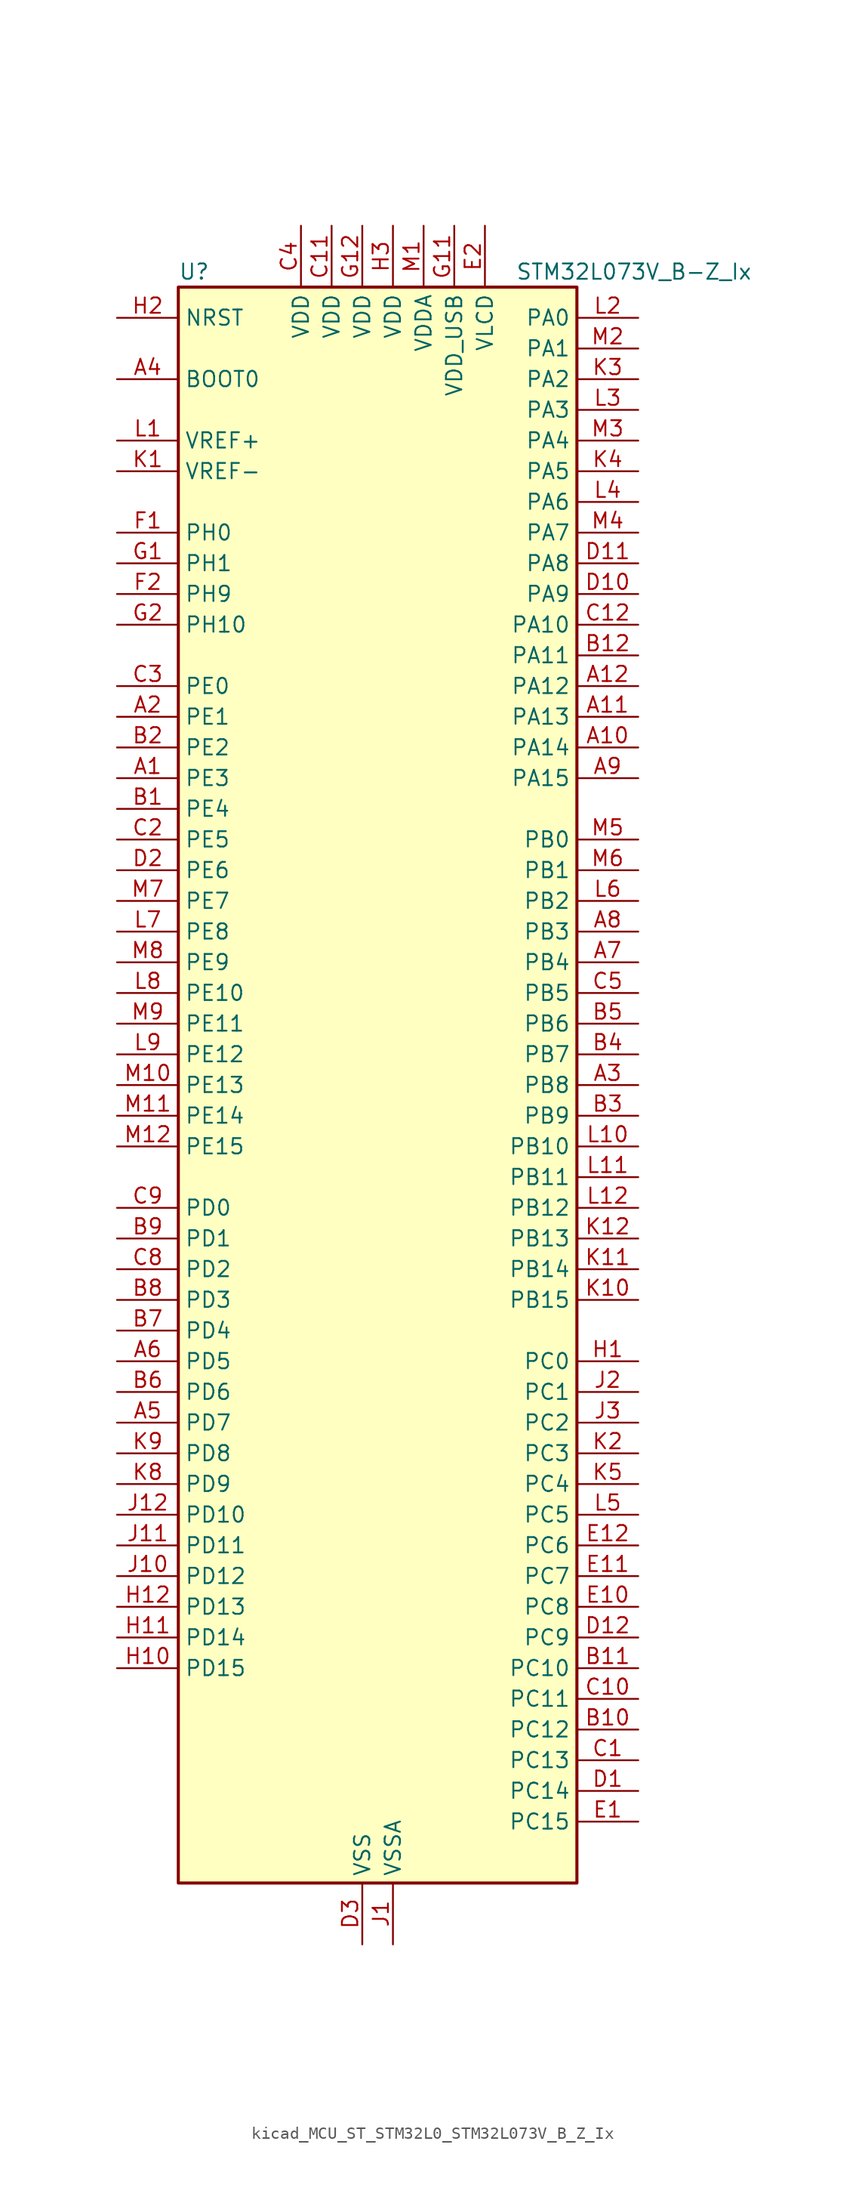
<source format=kicad_sym>
(kicad_symbol_lib
  (version 20220914)
  (generator kicad_symbol_editor)
  (symbol "kicad_MCU_ST_STM32L0_STM32L073V_B_Z_Ix"
    (property "Reference" "U"
      (at -15.24 67.31 0)
      (effects (font (size 1.27 1.27)) (justify left)))
    (property "Value" "STM32L073V_B-Z_Ix"
      (at 12.7 67.31 0)
      (effects (font (size 1.27 1.27)) (justify left)))
    (property "ki_locked" ""
      (at 0 0 0)
      (effects (font (size 1.27 1.27))))
    (symbol "kicad_MCU_ST_STM32L0_STM32L073V_B_Z_Ix_0_1"
      (rectangle (start -15.24 -66.04) (end 17.78 66.04) (stroke (width 0.254) (type default)) (fill (type background))))
    (symbol "kicad_MCU_ST_STM32L0_STM32L073V_B_Z_Ix_1_1"
      (pin bidirectional line (at -20.32 25.4 0) (length 5.08) (name "PE3" (effects (font (size 1.27 1.27)))) (number "A1" (effects (font (size 1.27 1.27)))) (alternate "LCD_SEG39" bidirectional line) (alternate "TIM22_CH1" bidirectional line) (alternate "TIM3_CH1" bidirectional line))
      (pin bidirectional line (at 22.86 27.94 180) (length 5.08) (name "PA14" (effects (font (size 1.27 1.27)))) (number "A10" (effects (font (size 1.27 1.27)))) (alternate "LPUART1_TX" bidirectional line) (alternate "SYS_SWCLK" bidirectional line) (alternate "USART2_TX" bidirectional line))
      (pin bidirectional line (at 22.86 30.48 180) (length 5.08) (name "PA13" (effects (font (size 1.27 1.27)))) (number "A11" (effects (font (size 1.27 1.27)))) (alternate "LPUART1_RX" bidirectional line) (alternate "SYS_SWDIO" bidirectional line) (alternate "USB_NOE" bidirectional line))
      (pin bidirectional line (at 22.86 33.02 180) (length 5.08) (name "PA12" (effects (font (size 1.27 1.27)))) (number "A12" (effects (font (size 1.27 1.27)))) (alternate "COMP2_OUT" bidirectional line) (alternate "SPI1_MOSI" bidirectional line) (alternate "TSC_G4_IO4" bidirectional line) (alternate "USART1_DE" bidirectional line) (alternate "USART1_RTS" bidirectional line) (alternate "USB_DP" bidirectional line))
      (pin bidirectional line (at -20.32 30.48 0) (length 5.08) (name "PE1" (effects (font (size 1.27 1.27)))) (number "A2" (effects (font (size 1.27 1.27)))) (alternate "LCD_SEG37" bidirectional line))
      (pin bidirectional line (at 22.86 0 180) (length 5.08) (name "PB8" (effects (font (size 1.27 1.27)))) (number "A3" (effects (font (size 1.27 1.27)))) (alternate "I2C1_SCL" bidirectional line) (alternate "LCD_SEG16" bidirectional line) (alternate "TSC_SYNC" bidirectional line))
      (pin input line (at -20.32 58.42 0) (length 5.08) (name "BOOT0" (effects (font (size 1.27 1.27)))) (number "A4" (effects (font (size 1.27 1.27)))))
      (pin bidirectional line (at -20.32 -27.94 0) (length 5.08) (name "PD7" (effects (font (size 1.27 1.27)))) (number "A5" (effects (font (size 1.27 1.27)))) (alternate "TIM21_CH2" bidirectional line) (alternate "USART2_CK" bidirectional line))
      (pin bidirectional line (at -20.32 -22.86 0) (length 5.08) (name "PD5" (effects (font (size 1.27 1.27)))) (number "A6" (effects (font (size 1.27 1.27)))) (alternate "USART2_TX" bidirectional line))
      (pin bidirectional line (at 22.86 10.16 180) (length 5.08) (name "PB4" (effects (font (size 1.27 1.27)))) (number "A7" (effects (font (size 1.27 1.27)))) (alternate "COMP2_INP" bidirectional line) (alternate "I2C3_SDA" bidirectional line) (alternate "LCD_SEG8" bidirectional line) (alternate "SPI1_MISO" bidirectional line) (alternate "TIM22_CH1" bidirectional line) (alternate "TIM3_CH1" bidirectional line) (alternate "TSC_G5_IO2" bidirectional line) (alternate "USART1_CTS" bidirectional line) (alternate "USART5_RX" bidirectional line))
      (pin bidirectional line (at 22.86 12.7 180) (length 5.08) (name "PB3" (effects (font (size 1.27 1.27)))) (number "A8" (effects (font (size 1.27 1.27)))) (alternate "COMP2_INM" bidirectional line) (alternate "LCD_SEG7" bidirectional line) (alternate "SPI1_SCK" bidirectional line) (alternate "TIM2_CH2" bidirectional line) (alternate "TSC_G5_IO1" bidirectional line) (alternate "USART1_DE" bidirectional line) (alternate "USART1_RTS" bidirectional line) (alternate "USART5_TX" bidirectional line))
      (pin bidirectional line (at 22.86 25.4 180) (length 5.08) (name "PA15" (effects (font (size 1.27 1.27)))) (number "A9" (effects (font (size 1.27 1.27)))) (alternate "LCD_SEG17" bidirectional line) (alternate "SPI1_NSS" bidirectional line) (alternate "TIM2_CH1" bidirectional line) (alternate "TIM2_ETR" bidirectional line) (alternate "USART2_RX" bidirectional line) (alternate "USART4_DE" bidirectional line) (alternate "USART4_RTS" bidirectional line))
      (pin bidirectional line (at -20.32 22.86 0) (length 5.08) (name "PE4" (effects (font (size 1.27 1.27)))) (number "B1" (effects (font (size 1.27 1.27)))) (alternate "TIM22_CH2" bidirectional line) (alternate "TIM3_CH2" bidirectional line))
      (pin bidirectional line (at 22.86 -53.34 180) (length 5.08) (name "PC12" (effects (font (size 1.27 1.27)))) (number "B10" (effects (font (size 1.27 1.27)))) (alternate "LCD_COM6" bidirectional line) (alternate "LCD_SEG30" bidirectional line) (alternate "LCD_SEG50" bidirectional line) (alternate "USART4_CK" bidirectional line) (alternate "USART5_TX" bidirectional line))
      (pin bidirectional line (at 22.86 -48.26 180) (length 5.08) (name "PC10" (effects (font (size 1.27 1.27)))) (number "B11" (effects (font (size 1.27 1.27)))) (alternate "LCD_COM4" bidirectional line) (alternate "LCD_SEG28" bidirectional line) (alternate "LCD_SEG48" bidirectional line) (alternate "LPUART1_TX" bidirectional line) (alternate "USART4_TX" bidirectional line))
      (pin bidirectional line (at 22.86 35.56 180) (length 5.08) (name "PA11" (effects (font (size 1.27 1.27)))) (number "B12" (effects (font (size 1.27 1.27)))) (alternate "ADC_EXTI11" bidirectional line) (alternate "COMP1_OUT" bidirectional line) (alternate "SPI1_MISO" bidirectional line) (alternate "TSC_G4_IO3" bidirectional line) (alternate "USART1_CTS" bidirectional line) (alternate "USB_DM" bidirectional line))
      (pin bidirectional line (at -20.32 27.94 0) (length 5.08) (name "PE2" (effects (font (size 1.27 1.27)))) (number "B2" (effects (font (size 1.27 1.27)))) (alternate "LCD_SEG38" bidirectional line) (alternate "TIM3_ETR" bidirectional line))
      (pin bidirectional line (at 22.86 -2.54 180) (length 5.08) (name "PB9" (effects (font (size 1.27 1.27)))) (number "B3" (effects (font (size 1.27 1.27)))) (alternate "DAC_EXTI9" bidirectional line) (alternate "I2C1_SDA" bidirectional line) (alternate "I2S2_WS" bidirectional line) (alternate "LCD_COM3" bidirectional line) (alternate "SPI2_NSS" bidirectional line))
      (pin bidirectional line (at 22.86 2.54 180) (length 5.08) (name "PB7" (effects (font (size 1.27 1.27)))) (number "B4" (effects (font (size 1.27 1.27)))) (alternate "COMP2_INP" bidirectional line) (alternate "I2C1_SDA" bidirectional line) (alternate "LPTIM1_IN2" bidirectional line) (alternate "SYS_PVD_IN" bidirectional line) (alternate "TSC_G5_IO4" bidirectional line) (alternate "USART1_RX" bidirectional line) (alternate "USART4_CTS" bidirectional line))
      (pin bidirectional line (at 22.86 5.08 180) (length 5.08) (name "PB6" (effects (font (size 1.27 1.27)))) (number "B5" (effects (font (size 1.27 1.27)))) (alternate "COMP2_INP" bidirectional line) (alternate "I2C1_SCL" bidirectional line) (alternate "LPTIM1_ETR" bidirectional line) (alternate "TSC_G5_IO3" bidirectional line) (alternate "USART1_TX" bidirectional line))
      (pin bidirectional line (at -20.32 -25.4 0) (length 5.08) (name "PD6" (effects (font (size 1.27 1.27)))) (number "B6" (effects (font (size 1.27 1.27)))) (alternate "USART2_RX" bidirectional line))
      (pin bidirectional line (at -20.32 -20.32 0) (length 5.08) (name "PD4" (effects (font (size 1.27 1.27)))) (number "B7" (effects (font (size 1.27 1.27)))) (alternate "I2S2_SD" bidirectional line) (alternate "SPI2_MOSI" bidirectional line) (alternate "USART2_DE" bidirectional line) (alternate "USART2_RTS" bidirectional line))
      (pin bidirectional line (at -20.32 -17.78 0) (length 5.08) (name "PD3" (effects (font (size 1.27 1.27)))) (number "B8" (effects (font (size 1.27 1.27)))) (alternate "I2S2_MCK" bidirectional line) (alternate "LCD_SEG44" bidirectional line) (alternate "SPI2_MISO" bidirectional line) (alternate "USART2_CTS" bidirectional line))
      (pin bidirectional line (at -20.32 -12.7 0) (length 5.08) (name "PD1" (effects (font (size 1.27 1.27)))) (number "B9" (effects (font (size 1.27 1.27)))) (alternate "I2S2_CK" bidirectional line) (alternate "SPI2_SCK" bidirectional line))
      (pin bidirectional line (at 22.86 -55.88 180) (length 5.08) (name "PC13" (effects (font (size 1.27 1.27)))) (number "C1" (effects (font (size 1.27 1.27)))) (alternate "RTC_OUT_ALARM" bidirectional line) (alternate "RTC_OUT_CALIB" bidirectional line) (alternate "RTC_TAMP1" bidirectional line) (alternate "RTC_TS" bidirectional line) (alternate "SYS_WKUP2" bidirectional line))
      (pin bidirectional line (at 22.86 -50.8 180) (length 5.08) (name "PC11" (effects (font (size 1.27 1.27)))) (number "C10" (effects (font (size 1.27 1.27)))) (alternate "ADC_EXTI11" bidirectional line) (alternate "LCD_COM5" bidirectional line) (alternate "LCD_SEG29" bidirectional line) (alternate "LCD_SEG49" bidirectional line) (alternate "LPUART1_RX" bidirectional line) (alternate "USART4_RX" bidirectional line))
      (pin power_in line (at -2.54 71.12 270) (length 5.08) (name "VDD" (effects (font (size 1.27 1.27)))) (number "C11" (effects (font (size 1.27 1.27)))))
      (pin bidirectional line (at 22.86 38.1 180) (length 5.08) (name "PA10" (effects (font (size 1.27 1.27)))) (number "C12" (effects (font (size 1.27 1.27)))) (alternate "I2C1_SDA" bidirectional line) (alternate "LCD_COM2" bidirectional line) (alternate "TSC_G4_IO2" bidirectional line) (alternate "USART1_RX" bidirectional line))
      (pin bidirectional line (at -20.32 20.32 0) (length 5.08) (name "PE5" (effects (font (size 1.27 1.27)))) (number "C2" (effects (font (size 1.27 1.27)))) (alternate "TIM21_CH1" bidirectional line) (alternate "TIM3_CH3" bidirectional line))
      (pin bidirectional line (at -20.32 33.02 0) (length 5.08) (name "PE0" (effects (font (size 1.27 1.27)))) (number "C3" (effects (font (size 1.27 1.27)))) (alternate "LCD_SEG36" bidirectional line))
      (pin power_in line (at -5.08 71.12 270) (length 5.08) (name "VDD" (effects (font (size 1.27 1.27)))) (number "C4" (effects (font (size 1.27 1.27)))))
      (pin bidirectional line (at 22.86 7.62 180) (length 5.08) (name "PB5" (effects (font (size 1.27 1.27)))) (number "C5" (effects (font (size 1.27 1.27)))) (alternate "COMP2_INP" bidirectional line) (alternate "I2C1_SMBA" bidirectional line) (alternate "LCD_SEG9" bidirectional line) (alternate "LPTIM1_IN1" bidirectional line) (alternate "SPI1_MOSI" bidirectional line) (alternate "TIM22_CH2" bidirectional line) (alternate "TIM3_CH2" bidirectional line) (alternate "USART1_CK" bidirectional line) (alternate "USART5_CK" bidirectional line) (alternate "USART5_DE" bidirectional line) (alternate "USART5_RTS" bidirectional line))
      (pin bidirectional line (at -20.32 -15.24 0) (length 5.08) (name "PD2" (effects (font (size 1.27 1.27)))) (number "C8" (effects (font (size 1.27 1.27)))) (alternate "LCD_COM7" bidirectional line) (alternate "LCD_SEG31" bidirectional line) (alternate "LCD_SEG51" bidirectional line) (alternate "LPUART1_DE" bidirectional line) (alternate "LPUART1_RTS" bidirectional line) (alternate "TIM3_ETR" bidirectional line) (alternate "USART5_RX" bidirectional line))
      (pin bidirectional line (at -20.32 -10.16 0) (length 5.08) (name "PD0" (effects (font (size 1.27 1.27)))) (number "C9" (effects (font (size 1.27 1.27)))) (alternate "I2S2_WS" bidirectional line) (alternate "SPI2_NSS" bidirectional line) (alternate "TIM21_CH1" bidirectional line))
      (pin bidirectional line (at 22.86 -58.42 180) (length 5.08) (name "PC14" (effects (font (size 1.27 1.27)))) (number "D1" (effects (font (size 1.27 1.27)))) (alternate "RCC_OSC32_IN" bidirectional line))
      (pin bidirectional line (at 22.86 40.64 180) (length 5.08) (name "PA9" (effects (font (size 1.27 1.27)))) (number "D10" (effects (font (size 1.27 1.27)))) (alternate "DAC_EXTI9" bidirectional line) (alternate "I2C1_SCL" bidirectional line) (alternate "I2C3_SMBA" bidirectional line) (alternate "LCD_COM1" bidirectional line) (alternate "RCC_MCO" bidirectional line) (alternate "TSC_G4_IO1" bidirectional line) (alternate "USART1_TX" bidirectional line))
      (pin bidirectional line (at 22.86 43.18 180) (length 5.08) (name "PA8" (effects (font (size 1.27 1.27)))) (number "D11" (effects (font (size 1.27 1.27)))) (alternate "CRS_SYNC" bidirectional line) (alternate "I2C3_SCL" bidirectional line) (alternate "LCD_COM0" bidirectional line) (alternate "RCC_MCO" bidirectional line) (alternate "USART1_CK" bidirectional line))
      (pin bidirectional line (at 22.86 -45.72 180) (length 5.08) (name "PC9" (effects (font (size 1.27 1.27)))) (number "D12" (effects (font (size 1.27 1.27)))) (alternate "DAC_EXTI9" bidirectional line) (alternate "I2C3_SDA" bidirectional line) (alternate "LCD_SEG27" bidirectional line) (alternate "TIM21_ETR" bidirectional line) (alternate "TIM3_CH4" bidirectional line) (alternate "TSC_G8_IO4" bidirectional line) (alternate "USB_NOE" bidirectional line))
      (pin bidirectional line (at -20.32 17.78 0) (length 5.08) (name "PE6" (effects (font (size 1.27 1.27)))) (number "D2" (effects (font (size 1.27 1.27)))) (alternate "RTC_TAMP3" bidirectional line) (alternate "SYS_WKUP3" bidirectional line) (alternate "TIM21_CH2" bidirectional line) (alternate "TIM3_CH4" bidirectional line))
      (pin power_in line (at 0 -71.12 90) (length 5.08) (name "VSS" (effects (font (size 1.27 1.27)))) (number "D3" (effects (font (size 1.27 1.27)))))
      (pin bidirectional line (at 22.86 -60.96 180) (length 5.08) (name "PC15" (effects (font (size 1.27 1.27)))) (number "E1" (effects (font (size 1.27 1.27)))) (alternate "RCC_OSC32_OUT" bidirectional line))
      (pin bidirectional line (at 22.86 -43.18 180) (length 5.08) (name "PC8" (effects (font (size 1.27 1.27)))) (number "E10" (effects (font (size 1.27 1.27)))) (alternate "LCD_SEG26" bidirectional line) (alternate "TIM22_ETR" bidirectional line) (alternate "TIM3_CH3" bidirectional line) (alternate "TSC_G8_IO3" bidirectional line))
      (pin bidirectional line (at 22.86 -40.64 180) (length 5.08) (name "PC7" (effects (font (size 1.27 1.27)))) (number "E11" (effects (font (size 1.27 1.27)))) (alternate "LCD_SEG25" bidirectional line) (alternate "TIM22_CH2" bidirectional line) (alternate "TIM3_CH2" bidirectional line) (alternate "TSC_G8_IO2" bidirectional line))
      (pin bidirectional line (at 22.86 -38.1 180) (length 5.08) (name "PC6" (effects (font (size 1.27 1.27)))) (number "E12" (effects (font (size 1.27 1.27)))) (alternate "LCD_SEG24" bidirectional line) (alternate "TIM22_CH1" bidirectional line) (alternate "TIM3_CH1" bidirectional line) (alternate "TSC_G8_IO1" bidirectional line))
      (pin power_in line (at 10.16 71.12 270) (length 5.08) (name "VLCD" (effects (font (size 1.27 1.27)))) (number "E2" (effects (font (size 1.27 1.27)))))
      (pin passive line (at 0 -71.12 90) (length 5.08) hide (name "VSS" (effects (font (size 1.27 1.27)))) (number "E3" (effects (font (size 1.27 1.27)))))
      (pin bidirectional line (at -20.32 45.72 0) (length 5.08) (name "PH0" (effects (font (size 1.27 1.27)))) (number "F1" (effects (font (size 1.27 1.27)))) (alternate "CRS_SYNC" bidirectional line) (alternate "RCC_OSC_IN" bidirectional line))
      (pin passive line (at 0 -71.12 90) (length 5.08) hide (name "VSS" (effects (font (size 1.27 1.27)))) (number "F11" (effects (font (size 1.27 1.27)))))
      (pin passive line (at 0 -71.12 90) (length 5.08) hide (name "VSS" (effects (font (size 1.27 1.27)))) (number "F12" (effects (font (size 1.27 1.27)))))
      (pin bidirectional line (at -20.32 40.64 0) (length 5.08) (name "PH9" (effects (font (size 1.27 1.27)))) (number "F2" (effects (font (size 1.27 1.27)))) (alternate "DAC_EXTI9" bidirectional line))
      (pin bidirectional line (at -20.32 43.18 0) (length 5.08) (name "PH1" (effects (font (size 1.27 1.27)))) (number "G1" (effects (font (size 1.27 1.27)))) (alternate "RCC_OSC_OUT" bidirectional line))
      (pin power_in line (at 7.62 71.12 270) (length 5.08) (name "VDD_USB" (effects (font (size 1.27 1.27)))) (number "G11" (effects (font (size 1.27 1.27)))))
      (pin power_in line (at 0 71.12 270) (length 5.08) (name "VDD" (effects (font (size 1.27 1.27)))) (number "G12" (effects (font (size 1.27 1.27)))))
      (pin bidirectional line (at -20.32 38.1 0) (length 5.08) (name "PH10" (effects (font (size 1.27 1.27)))) (number "G2" (effects (font (size 1.27 1.27)))))
      (pin bidirectional line (at 22.86 -22.86 180) (length 5.08) (name "PC0" (effects (font (size 1.27 1.27)))) (number "H1" (effects (font (size 1.27 1.27)))) (alternate "ADC_IN10" bidirectional line) (alternate "I2C3_SCL" bidirectional line) (alternate "LCD_SEG18" bidirectional line) (alternate "LPTIM1_IN1" bidirectional line) (alternate "LPUART1_RX" bidirectional line) (alternate "TSC_G7_IO1" bidirectional line))
      (pin bidirectional line (at -20.32 -48.26 0) (length 5.08) (name "PD15" (effects (font (size 1.27 1.27)))) (number "H10" (effects (font (size 1.27 1.27)))) (alternate "CRS_SYNC" bidirectional line) (alternate "LCD_SEG35" bidirectional line))
      (pin bidirectional line (at -20.32 -45.72 0) (length 5.08) (name "PD14" (effects (font (size 1.27 1.27)))) (number "H11" (effects (font (size 1.27 1.27)))) (alternate "LCD_SEG34" bidirectional line))
      (pin bidirectional line (at -20.32 -43.18 0) (length 5.08) (name "PD13" (effects (font (size 1.27 1.27)))) (number "H12" (effects (font (size 1.27 1.27)))) (alternate "LCD_SEG33" bidirectional line))
      (pin input line (at -20.32 63.5 0) (length 5.08) (name "NRST" (effects (font (size 1.27 1.27)))) (number "H2" (effects (font (size 1.27 1.27)))))
      (pin power_in line (at 2.54 71.12 270) (length 5.08) (name "VDD" (effects (font (size 1.27 1.27)))) (number "H3" (effects (font (size 1.27 1.27)))))
      (pin power_in line (at 2.54 -71.12 90) (length 5.08) (name "VSSA" (effects (font (size 1.27 1.27)))) (number "J1" (effects (font (size 1.27 1.27)))))
      (pin bidirectional line (at -20.32 -40.64 0) (length 5.08) (name "PD12" (effects (font (size 1.27 1.27)))) (number "J10" (effects (font (size 1.27 1.27)))) (alternate "LCD_SEG32" bidirectional line) (alternate "LPUART1_DE" bidirectional line) (alternate "LPUART1_RTS" bidirectional line))
      (pin bidirectional line (at -20.32 -38.1 0) (length 5.08) (name "PD11" (effects (font (size 1.27 1.27)))) (number "J11" (effects (font (size 1.27 1.27)))) (alternate "ADC_EXTI11" bidirectional line) (alternate "LCD_SEG31" bidirectional line) (alternate "LPUART1_CTS" bidirectional line))
      (pin bidirectional line (at -20.32 -35.56 0) (length 5.08) (name "PD10" (effects (font (size 1.27 1.27)))) (number "J12" (effects (font (size 1.27 1.27)))) (alternate "LCD_SEG30" bidirectional line))
      (pin bidirectional line (at 22.86 -25.4 180) (length 5.08) (name "PC1" (effects (font (size 1.27 1.27)))) (number "J2" (effects (font (size 1.27 1.27)))) (alternate "ADC_IN11" bidirectional line) (alternate "I2C3_SDA" bidirectional line) (alternate "LCD_SEG19" bidirectional line) (alternate "LPTIM1_OUT" bidirectional line) (alternate "LPUART1_TX" bidirectional line) (alternate "TSC_G7_IO2" bidirectional line))
      (pin bidirectional line (at 22.86 -27.94 180) (length 5.08) (name "PC2" (effects (font (size 1.27 1.27)))) (number "J3" (effects (font (size 1.27 1.27)))) (alternate "ADC_IN12" bidirectional line) (alternate "I2S2_MCK" bidirectional line) (alternate "LCD_SEG20" bidirectional line) (alternate "LPTIM1_IN2" bidirectional line) (alternate "SPI2_MISO" bidirectional line) (alternate "TSC_G7_IO3" bidirectional line))
      (pin input line (at -20.32 50.8 0) (length 5.08) (name "VREF-" (effects (font (size 1.27 1.27)))) (number "K1" (effects (font (size 1.27 1.27)))))
      (pin bidirectional line (at 22.86 -17.78 180) (length 5.08) (name "PB15" (effects (font (size 1.27 1.27)))) (number "K10" (effects (font (size 1.27 1.27)))) (alternate "I2S2_SD" bidirectional line) (alternate "LCD_SEG15" bidirectional line) (alternate "RTC_REFIN" bidirectional line) (alternate "SPI2_MOSI" bidirectional line))
      (pin bidirectional line (at 22.86 -15.24 180) (length 5.08) (name "PB14" (effects (font (size 1.27 1.27)))) (number "K11" (effects (font (size 1.27 1.27)))) (alternate "I2C2_SDA" bidirectional line) (alternate "I2S2_MCK" bidirectional line) (alternate "LCD_SEG14" bidirectional line) (alternate "LPUART1_DE" bidirectional line) (alternate "LPUART1_RTS" bidirectional line) (alternate "RTC_OUT_ALARM" bidirectional line) (alternate "RTC_OUT_CALIB" bidirectional line) (alternate "SPI2_MISO" bidirectional line) (alternate "TIM21_CH2" bidirectional line) (alternate "TSC_G6_IO4" bidirectional line))
      (pin bidirectional line (at 22.86 -12.7 180) (length 5.08) (name "PB13" (effects (font (size 1.27 1.27)))) (number "K12" (effects (font (size 1.27 1.27)))) (alternate "I2C2_SCL" bidirectional line) (alternate "I2S2_CK" bidirectional line) (alternate "LCD_SEG13" bidirectional line) (alternate "LPUART1_CTS" bidirectional line) (alternate "RCC_MCO" bidirectional line) (alternate "SPI2_SCK" bidirectional line) (alternate "TIM21_CH1" bidirectional line) (alternate "TSC_G6_IO3" bidirectional line))
      (pin bidirectional line (at 22.86 -30.48 180) (length 5.08) (name "PC3" (effects (font (size 1.27 1.27)))) (number "K2" (effects (font (size 1.27 1.27)))) (alternate "ADC_IN13" bidirectional line) (alternate "I2S2_SD" bidirectional line) (alternate "LCD_SEG21" bidirectional line) (alternate "LPTIM1_ETR" bidirectional line) (alternate "SPI2_MOSI" bidirectional line) (alternate "TSC_G7_IO4" bidirectional line))
      (pin bidirectional line (at 22.86 58.42 180) (length 5.08) (name "PA2" (effects (font (size 1.27 1.27)))) (number "K3" (effects (font (size 1.27 1.27)))) (alternate "ADC_IN2" bidirectional line) (alternate "COMP2_INM" bidirectional line) (alternate "COMP2_OUT" bidirectional line) (alternate "LCD_SEG1" bidirectional line) (alternate "LPUART1_TX" bidirectional line) (alternate "TIM21_CH1" bidirectional line) (alternate "TIM2_CH3" bidirectional line) (alternate "TSC_G1_IO3" bidirectional line) (alternate "USART2_TX" bidirectional line))
      (pin bidirectional line (at 22.86 50.8 180) (length 5.08) (name "PA5" (effects (font (size 1.27 1.27)))) (number "K4" (effects (font (size 1.27 1.27)))) (alternate "ADC_IN5" bidirectional line) (alternate "COMP1_INM" bidirectional line) (alternate "COMP2_INM" bidirectional line) (alternate "DAC_OUT2" bidirectional line) (alternate "SPI1_SCK" bidirectional line) (alternate "TIM2_CH1" bidirectional line) (alternate "TIM2_ETR" bidirectional line) (alternate "TSC_G2_IO2" bidirectional line))
      (pin bidirectional line (at 22.86 -33.02 180) (length 5.08) (name "PC4" (effects (font (size 1.27 1.27)))) (number "K5" (effects (font (size 1.27 1.27)))) (alternate "ADC_IN14" bidirectional line) (alternate "LCD_SEG22" bidirectional line) (alternate "LPUART1_TX" bidirectional line))
      (pin bidirectional line (at -20.32 -33.02 0) (length 5.08) (name "PD9" (effects (font (size 1.27 1.27)))) (number "K8" (effects (font (size 1.27 1.27)))) (alternate "DAC_EXTI9" bidirectional line) (alternate "LCD_SEG29" bidirectional line) (alternate "LPUART1_RX" bidirectional line))
      (pin bidirectional line (at -20.32 -30.48 0) (length 5.08) (name "PD8" (effects (font (size 1.27 1.27)))) (number "K9" (effects (font (size 1.27 1.27)))) (alternate "LCD_SEG28" bidirectional line) (alternate "LPUART1_TX" bidirectional line))
      (pin input line (at -20.32 53.34 0) (length 5.08) (name "VREF+" (effects (font (size 1.27 1.27)))) (number "L1" (effects (font (size 1.27 1.27)))))
      (pin bidirectional line (at 22.86 -5.08 180) (length 5.08) (name "PB10" (effects (font (size 1.27 1.27)))) (number "L10" (effects (font (size 1.27 1.27)))) (alternate "I2C2_SCL" bidirectional line) (alternate "LCD_SEG10" bidirectional line) (alternate "LPUART1_RX" bidirectional line) (alternate "LPUART1_TX" bidirectional line) (alternate "SPI2_SCK" bidirectional line) (alternate "TIM2_CH3" bidirectional line) (alternate "TSC_SYNC" bidirectional line))
      (pin bidirectional line (at 22.86 -7.62 180) (length 5.08) (name "PB11" (effects (font (size 1.27 1.27)))) (number "L11" (effects (font (size 1.27 1.27)))) (alternate "ADC_EXTI11" bidirectional line) (alternate "I2C2_SDA" bidirectional line) (alternate "LCD_SEG11" bidirectional line) (alternate "LPUART1_RX" bidirectional line) (alternate "LPUART1_TX" bidirectional line) (alternate "TIM2_CH4" bidirectional line) (alternate "TSC_G6_IO1" bidirectional line))
      (pin bidirectional line (at 22.86 -10.16 180) (length 5.08) (name "PB12" (effects (font (size 1.27 1.27)))) (number "L12" (effects (font (size 1.27 1.27)))) (alternate "I2S2_WS" bidirectional line) (alternate "LCD_SEG12" bidirectional line) (alternate "LCD_VLCD2" bidirectional line) (alternate "LPUART1_DE" bidirectional line) (alternate "LPUART1_RTS" bidirectional line) (alternate "SPI2_NSS" bidirectional line) (alternate "TSC_G6_IO2" bidirectional line))
      (pin bidirectional line (at 22.86 63.5 180) (length 5.08) (name "PA0" (effects (font (size 1.27 1.27)))) (number "L2" (effects (font (size 1.27 1.27)))) (alternate "ADC_IN0" bidirectional line) (alternate "COMP1_INM" bidirectional line) (alternate "COMP1_OUT" bidirectional line) (alternate "RTC_TAMP2" bidirectional line) (alternate "SYS_WKUP1" bidirectional line) (alternate "TIM2_CH1" bidirectional line) (alternate "TIM2_ETR" bidirectional line) (alternate "TSC_G1_IO1" bidirectional line) (alternate "USART2_CTS" bidirectional line) (alternate "USART4_TX" bidirectional line))
      (pin bidirectional line (at 22.86 55.88 180) (length 5.08) (name "PA3" (effects (font (size 1.27 1.27)))) (number "L3" (effects (font (size 1.27 1.27)))) (alternate "ADC_IN3" bidirectional line) (alternate "COMP2_INP" bidirectional line) (alternate "LCD_SEG2" bidirectional line) (alternate "LPUART1_RX" bidirectional line) (alternate "TIM21_CH2" bidirectional line) (alternate "TIM2_CH4" bidirectional line) (alternate "TSC_G1_IO4" bidirectional line) (alternate "USART2_RX" bidirectional line))
      (pin bidirectional line (at 22.86 48.26 180) (length 5.08) (name "PA6" (effects (font (size 1.27 1.27)))) (number "L4" (effects (font (size 1.27 1.27)))) (alternate "ADC_IN6" bidirectional line) (alternate "COMP1_OUT" bidirectional line) (alternate "LCD_SEG3" bidirectional line) (alternate "LPUART1_CTS" bidirectional line) (alternate "SPI1_MISO" bidirectional line) (alternate "TIM22_CH1" bidirectional line) (alternate "TIM3_CH1" bidirectional line) (alternate "TSC_G2_IO3" bidirectional line))
      (pin bidirectional line (at 22.86 -35.56 180) (length 5.08) (name "PC5" (effects (font (size 1.27 1.27)))) (number "L5" (effects (font (size 1.27 1.27)))) (alternate "ADC_IN15" bidirectional line) (alternate "LCD_SEG23" bidirectional line) (alternate "LPUART1_RX" bidirectional line) (alternate "TSC_G3_IO1" bidirectional line))
      (pin bidirectional line (at 22.86 15.24 180) (length 5.08) (name "PB2" (effects (font (size 1.27 1.27)))) (number "L6" (effects (font (size 1.27 1.27)))) (alternate "I2C3_SMBA" bidirectional line) (alternate "LCD_VLCD2" bidirectional line) (alternate "LPTIM1_OUT" bidirectional line) (alternate "TSC_G3_IO4" bidirectional line))
      (pin bidirectional line (at -20.32 12.7 0) (length 5.08) (name "PE8" (effects (font (size 1.27 1.27)))) (number "L7" (effects (font (size 1.27 1.27)))) (alternate "LCD_SEG46" bidirectional line) (alternate "USART4_TX" bidirectional line))
      (pin bidirectional line (at -20.32 7.62 0) (length 5.08) (name "PE10" (effects (font (size 1.27 1.27)))) (number "L8" (effects (font (size 1.27 1.27)))) (alternate "LCD_SEG40" bidirectional line) (alternate "TIM2_CH2" bidirectional line) (alternate "USART5_TX" bidirectional line))
      (pin bidirectional line (at -20.32 2.54 0) (length 5.08) (name "PE12" (effects (font (size 1.27 1.27)))) (number "L9" (effects (font (size 1.27 1.27)))) (alternate "LCD_VLCD3" bidirectional line) (alternate "SPI1_NSS" bidirectional line) (alternate "TIM2_CH4" bidirectional line))
      (pin power_in line (at 5.08 71.12 270) (length 5.08) (name "VDDA" (effects (font (size 1.27 1.27)))) (number "M1" (effects (font (size 1.27 1.27)))))
      (pin bidirectional line (at -20.32 0 0) (length 5.08) (name "PE13" (effects (font (size 1.27 1.27)))) (number "M10" (effects (font (size 1.27 1.27)))) (alternate "LCD_SEG41" bidirectional line) (alternate "SPI1_SCK" bidirectional line))
      (pin bidirectional line (at -20.32 -2.54 0) (length 5.08) (name "PE14" (effects (font (size 1.27 1.27)))) (number "M11" (effects (font (size 1.27 1.27)))) (alternate "LCD_SEG42" bidirectional line) (alternate "SPI1_MISO" bidirectional line))
      (pin bidirectional line (at -20.32 -5.08 0) (length 5.08) (name "PE15" (effects (font (size 1.27 1.27)))) (number "M12" (effects (font (size 1.27 1.27)))) (alternate "LCD_SEG43" bidirectional line) (alternate "SPI1_MOSI" bidirectional line))
      (pin bidirectional line (at 22.86 60.96 180) (length 5.08) (name "PA1" (effects (font (size 1.27 1.27)))) (number "M2" (effects (font (size 1.27 1.27)))) (alternate "ADC_IN1" bidirectional line) (alternate "COMP1_INP" bidirectional line) (alternate "LCD_SEG0" bidirectional line) (alternate "TIM21_ETR" bidirectional line) (alternate "TIM2_CH2" bidirectional line) (alternate "TSC_G1_IO2" bidirectional line) (alternate "USART2_DE" bidirectional line) (alternate "USART2_RTS" bidirectional line) (alternate "USART4_RX" bidirectional line))
      (pin bidirectional line (at 22.86 53.34 180) (length 5.08) (name "PA4" (effects (font (size 1.27 1.27)))) (number "M3" (effects (font (size 1.27 1.27)))) (alternate "ADC_IN4" bidirectional line) (alternate "COMP1_INM" bidirectional line) (alternate "COMP2_INM" bidirectional line) (alternate "DAC_OUT1" bidirectional line) (alternate "SPI1_NSS" bidirectional line) (alternate "TIM22_ETR" bidirectional line) (alternate "TSC_G2_IO1" bidirectional line) (alternate "USART2_CK" bidirectional line))
      (pin bidirectional line (at 22.86 45.72 180) (length 5.08) (name "PA7" (effects (font (size 1.27 1.27)))) (number "M4" (effects (font (size 1.27 1.27)))) (alternate "ADC_IN7" bidirectional line) (alternate "COMP2_OUT" bidirectional line) (alternate "LCD_SEG4" bidirectional line) (alternate "SPI1_MOSI" bidirectional line) (alternate "TIM22_CH2" bidirectional line) (alternate "TIM3_CH2" bidirectional line) (alternate "TSC_G2_IO4" bidirectional line))
      (pin bidirectional line (at 22.86 20.32 180) (length 5.08) (name "PB0" (effects (font (size 1.27 1.27)))) (number "M5" (effects (font (size 1.27 1.27)))) (alternate "ADC_IN8" bidirectional line) (alternate "LCD_SEG5" bidirectional line) (alternate "LCD_VLCD3" bidirectional line) (alternate "SYS_VREF_OUT_PB0" bidirectional line) (alternate "TIM3_CH3" bidirectional line) (alternate "TSC_G3_IO2" bidirectional line))
      (pin bidirectional line (at 22.86 17.78 180) (length 5.08) (name "PB1" (effects (font (size 1.27 1.27)))) (number "M6" (effects (font (size 1.27 1.27)))) (alternate "ADC_IN9" bidirectional line) (alternate "LCD_SEG6" bidirectional line) (alternate "LPUART1_DE" bidirectional line) (alternate "LPUART1_RTS" bidirectional line) (alternate "SYS_VREF_OUT_PB1" bidirectional line) (alternate "TIM3_CH4" bidirectional line) (alternate "TSC_G3_IO3" bidirectional line))
      (pin bidirectional line (at -20.32 15.24 0) (length 5.08) (name "PE7" (effects (font (size 1.27 1.27)))) (number "M7" (effects (font (size 1.27 1.27)))) (alternate "LCD_SEG45" bidirectional line) (alternate "USART5_CK" bidirectional line) (alternate "USART5_DE" bidirectional line) (alternate "USART5_RTS" bidirectional line))
      (pin bidirectional line (at -20.32 10.16 0) (length 5.08) (name "PE9" (effects (font (size 1.27 1.27)))) (number "M8" (effects (font (size 1.27 1.27)))) (alternate "DAC_EXTI9" bidirectional line) (alternate "LCD_SEG47" bidirectional line) (alternate "TIM2_CH1" bidirectional line) (alternate "TIM2_ETR" bidirectional line) (alternate "USART4_RX" bidirectional line))
      (pin bidirectional line (at -20.32 5.08 0) (length 5.08) (name "PE11" (effects (font (size 1.27 1.27)))) (number "M9" (effects (font (size 1.27 1.27)))) (alternate "ADC_EXTI11" bidirectional line) (alternate "LCD_VLCD1" bidirectional line) (alternate "TIM2_CH3" bidirectional line) (alternate "USART5_RX" bidirectional line)))))
</source>
